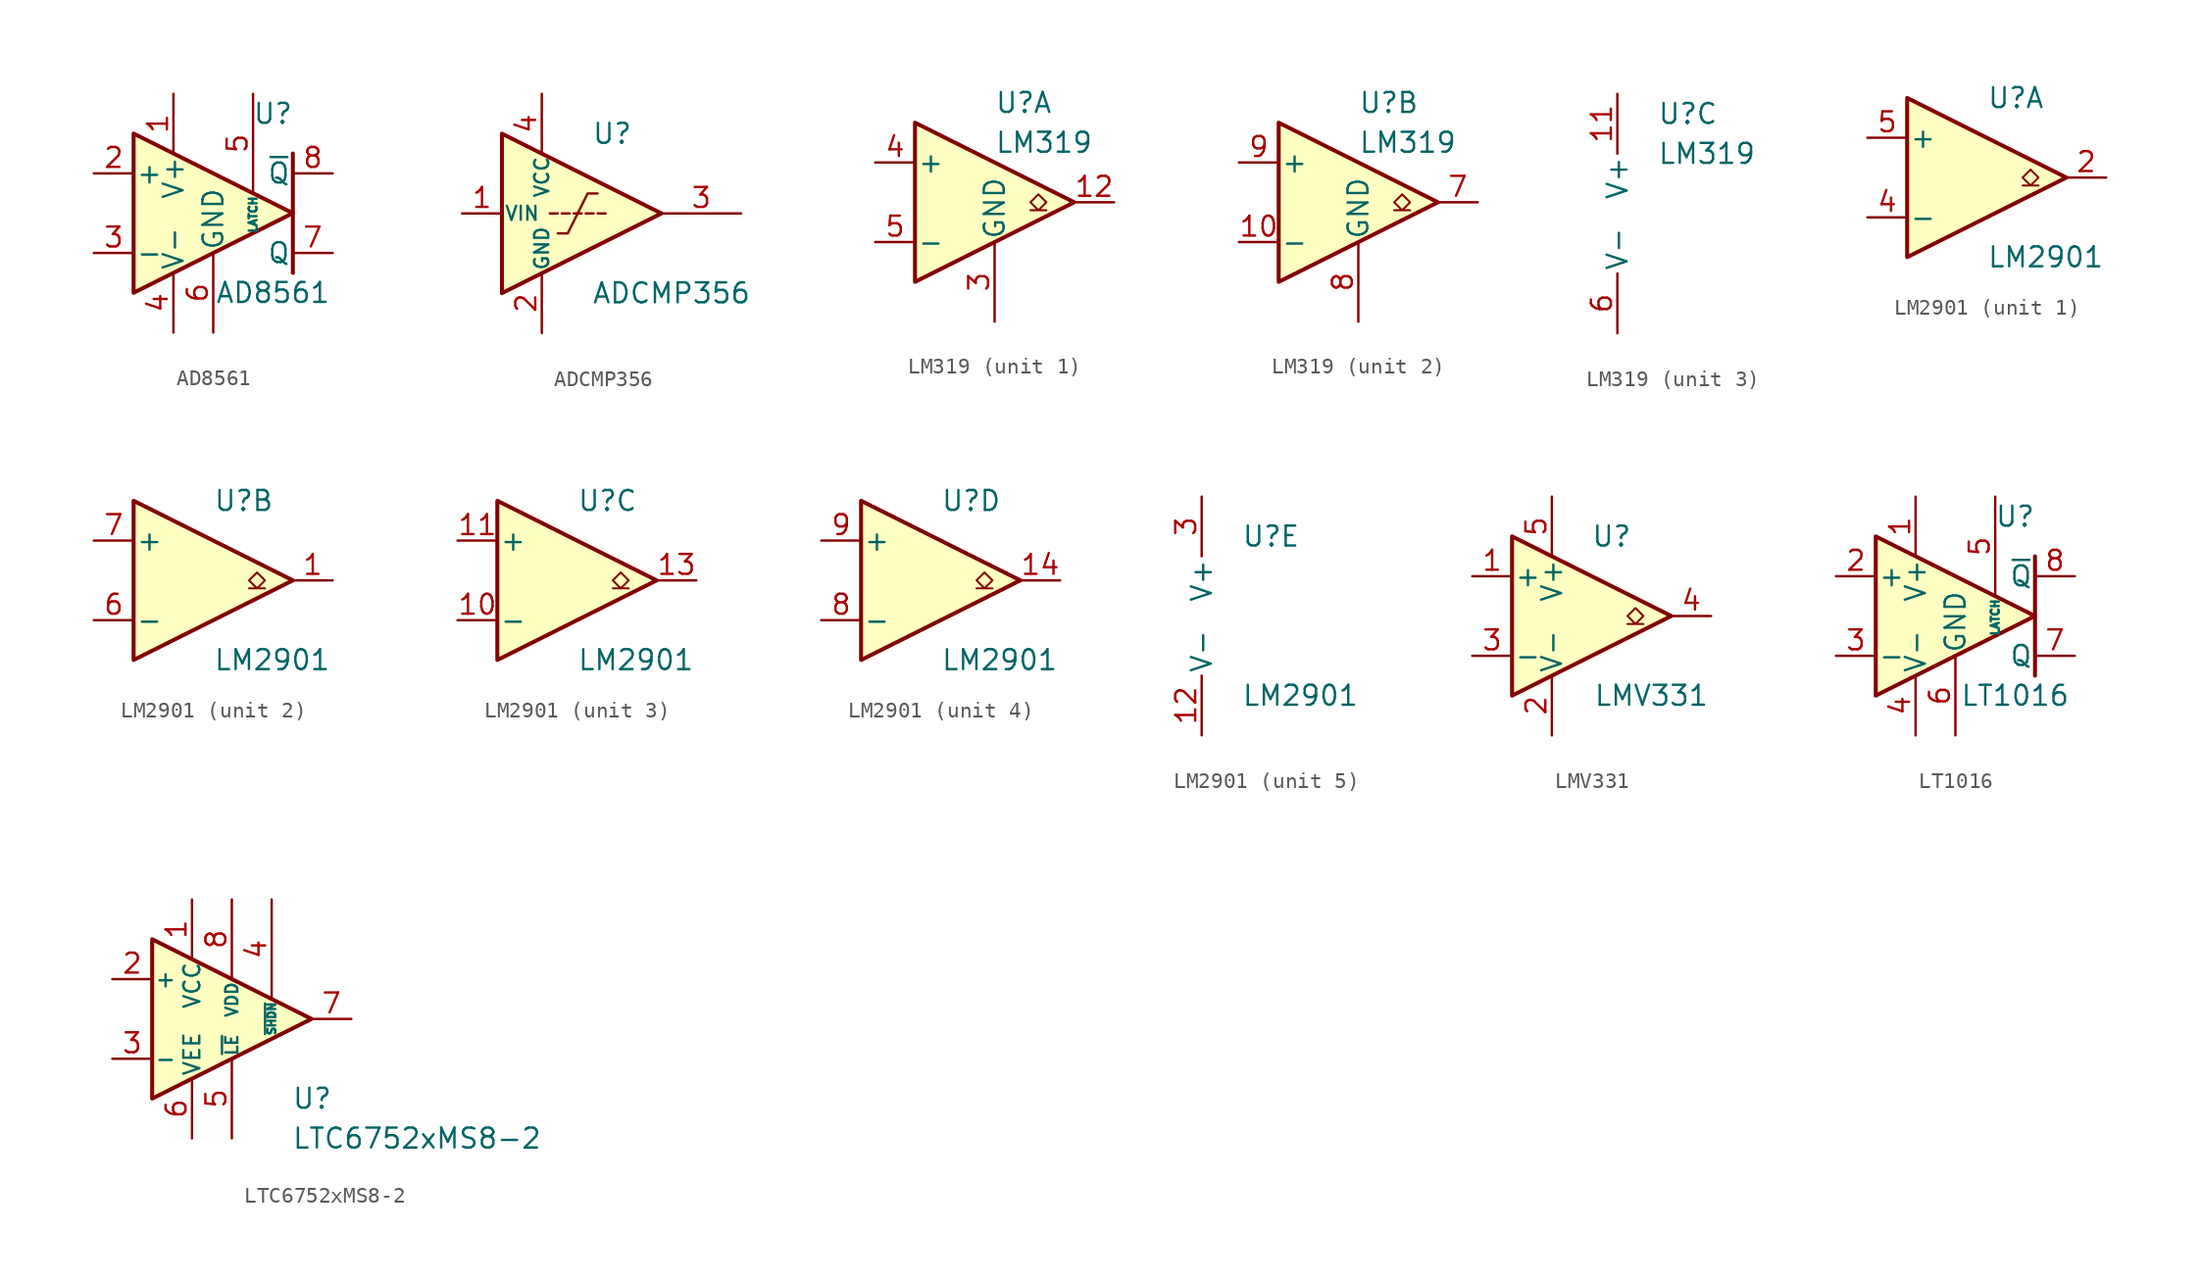
<source format=kicad_sym>
(kicad_symbol_lib
  (version 20211014)
  (generator kicad_symbol_editor)
  (symbol "AD8561"
    (pin_names
      (offset 0.127))
    (property "Reference" "U"
      (at 3.81 6.35 0)
      (effects (font (size 1.27 1.27))))
    (property "Value" "AD8561"
      (at 3.81 -5.08 0)
      (effects (font (size 1.27 1.27))))
    (symbol "AD8561_0_1"
      (polyline (pts (xy 5.08 3.81) (xy 5.08 -3.81)) (stroke (width 0.254) (type default) (color 0 0 0 0)) (fill (type none)))
      (polyline (pts (xy -5.08 5.08) (xy 5.08 0) (xy -5.08 -5.08) (xy -5.08 5.08)) (stroke (width 0.254) (type default) (color 0 0 0 0)) (fill (type background))))
    (symbol "AD8561_1_1"
      (pin power_in line (at -2.54 7.62 270) (length 3.81) (name "V+" (effects (font (size 1.27 1.27)))) (number "1" (effects (font (size 1.27 1.27)))))
      (pin input line (at -7.62 2.54 0) (length 2.54) (name "+" (effects (font (size 1.27 1.27)))) (number "2" (effects (font (size 1.27 1.27)))))
      (pin input line (at -7.62 -2.54 0) (length 2.54) (name "-" (effects (font (size 1.27 1.27)))) (number "3" (effects (font (size 1.27 1.27)))))
      (pin power_in line (at -2.54 -7.62 90) (length 3.81) (name "V-" (effects (font (size 1.27 1.27)))) (number "4" (effects (font (size 1.27 1.27)))))
      (pin input line (at 2.54 7.62 270) (length 6.35) (name "LATCH" (effects (font (size 0.508 0.508)))) (number "5" (effects (font (size 1.27 1.27)))))
      (pin power_in line (at 0 -7.62 90) (length 5.08) (name "GND" (effects (font (size 1.27 1.27)))) (number "6" (effects (font (size 1.27 1.27)))))
      (pin output line (at 7.62 -2.54 180) (length 2.54) (name "Q" (effects (font (size 1.27 1.27)))) (number "7" (effects (font (size 1.27 1.27)))))
      (pin output line (at 7.62 2.54 180) (length 2.54) (name "~{Q}" (effects (font (size 1.27 1.27)))) (number "8" (effects (font (size 1.27 1.27)))))))
  (symbol "ADCMP356"
    (pin_names
      (offset 0.127))
    (property "Reference" "U"
      (at 3.175 5.08 0)
      (effects (font (size 1.27 1.27)) (justify left)))
    (property "Value" "ADCMP356"
      (at 3.175 -5.08 0)
      (effects (font (size 1.27 1.27)) (justify left)))
    (symbol "ADCMP356_0_1"
      (polyline (pts (xy 1.016 0) (xy 0.508 0)) (stroke (width 0) (type default) (color 0 0 0 0)) (fill (type none)))
      (polyline (pts (xy 1.778 0) (xy 1.27 0)) (stroke (width 0) (type default) (color 0 0 0 0)) (fill (type none)))
      (polyline (pts (xy 2.032 0) (xy 2.54 0)) (stroke (width 0) (type default) (color 0 0 0 0)) (fill (type none)))
      (polyline (pts (xy 2.794 0) (xy 3.302 0)) (stroke (width 0) (type default) (color 0 0 0 0)) (fill (type none)))
      (polyline (pts (xy 3.556 0) (xy 4.064 0)) (stroke (width 0) (type default) (color 0 0 0 0)) (fill (type none)))
      (polyline (pts (xy -2.54 5.08) (xy 7.62 0) (xy -2.54 -5.08) (xy -2.54 5.08)) (stroke (width 0.254) (type default) (color 0 0 0 0)) (fill (type background)))
      (polyline (pts (xy 1.016 -1.27) (xy 1.651 -1.27) (xy 2.921 1.27) (xy 3.556 1.27)) (stroke (width 0) (type default) (color 0 0 0 0)) (fill (type none))))
    (symbol "ADCMP356_1_1"
      (pin input line (at -5.08 0 0) (length 2.54) (name "VIN" (effects (font (size 0.889 0.889)))) (number "1" (effects (font (size 1.27 1.27)))))
      (pin power_in line (at 0 -7.62 90) (length 3.81) (name "GND" (effects (font (size 0.889 0.889)))) (number "2" (effects (font (size 1.27 1.27)))))
      (pin output line (at 12.7 0 180) (length 5.08) (name "~" (effects (font (size 1.27 1.27)))) (number "3" (effects (font (size 1.27 1.27)))))
      (pin power_in line (at 0 7.62 270) (length 3.81) (name "VCC" (effects (font (size 0.889 0.889)))) (number "4" (effects (font (size 1.27 1.27)))))))
  (symbol "LM319"
    (pin_names
      (offset 0.127))
    (property "Reference" "U"
      (at 0 6.35 0)
      (effects (font (size 1.27 1.27)) (justify left)))
    (property "Value" "LM319"
      (at 0 3.81 0)
      (effects (font (size 1.27 1.27)) (justify left)))
    (property "ki_locked" ""
      (at 0 0 0)
      (effects (font (size 1.27 1.27))))
    (symbol "LM319_1_1"
      (polyline (pts (xy -5.08 5.08) (xy 5.08 0) (xy -5.08 -5.08) (xy -5.08 5.08) (xy -5.08 5.08)) (stroke (width 0.254) (type default) (color 0 0 0 0)) (fill (type background)))
      (polyline (pts (xy 2.286 -0.508) (xy 2.794 -0.508) (xy 2.286 0) (xy 2.794 0.508) (xy 3.302 0) (xy 2.794 -0.508) (xy 3.302 -0.508)) (stroke (width 0.127) (type default) (color 0 0 0 0)) (fill (type none)))
      (pin no_connect line (at 0 -2.54 90) (length 2.54) hide (name "NC" (effects (font (size 1.27 1.27)))) (number "1" (effects (font (size 1.27 1.27)))))
      (pin open_collector line (at 7.62 0 180) (length 2.54) (name "~" (effects (font (size 1.27 1.27)))) (number "12" (effects (font (size 1.27 1.27)))))
      (pin no_connect line (at 0 2.54 270) (length 2.54) hide (name "NC" (effects (font (size 1.27 1.27)))) (number "2" (effects (font (size 1.27 1.27)))))
      (pin passive line (at 0 -7.62 90) (length 5.08) (name "GND" (effects (font (size 1.27 1.27)))) (number "3" (effects (font (size 1.27 1.27)))))
      (pin input line (at -7.62 2.54 0) (length 2.54) (name "+" (effects (font (size 1.27 1.27)))) (number "4" (effects (font (size 1.27 1.27)))))
      (pin input line (at -7.62 -2.54 0) (length 2.54) (name "-" (effects (font (size 1.27 1.27)))) (number "5" (effects (font (size 1.27 1.27))))))
    (symbol "LM319_2_1"
      (polyline (pts (xy -5.08 5.08) (xy 5.08 0) (xy -5.08 -5.08) (xy -5.08 5.08) (xy -5.08 5.08)) (stroke (width 0.254) (type default) (color 0 0 0 0)) (fill (type background)))
      (polyline (pts (xy 3.302 -0.508) (xy 2.794 -0.508) (xy 3.302 0) (xy 2.794 0.508) (xy 2.286 0) (xy 2.794 -0.508) (xy 2.286 -0.508)) (stroke (width 0.127) (type default) (color 0 0 0 0)) (fill (type none)))
      (pin input line (at -7.62 -2.54 0) (length 2.54) (name "-" (effects (font (size 1.27 1.27)))) (number "10" (effects (font (size 1.27 1.27)))))
      (pin no_connect line (at 0 -2.54 90) (length 2.54) hide (name "NC" (effects (font (size 1.27 1.27)))) (number "13" (effects (font (size 1.27 1.27)))))
      (pin no_connect line (at 0 2.54 270) (length 2.54) hide (name "NC" (effects (font (size 1.27 1.27)))) (number "14" (effects (font (size 1.27 1.27)))))
      (pin open_collector line (at 7.62 0 180) (length 2.54) (name "~" (effects (font (size 1.27 1.27)))) (number "7" (effects (font (size 1.27 1.27)))))
      (pin passive line (at 0 -7.62 90) (length 5.08) (name "GND" (effects (font (size 1.27 1.27)))) (number "8" (effects (font (size 1.27 1.27)))))
      (pin input line (at -7.62 2.54 0) (length 2.54) (name "+" (effects (font (size 1.27 1.27)))) (number "9" (effects (font (size 1.27 1.27))))))
    (symbol "LM319_3_1"
      (pin power_in line (at -2.54 7.62 270) (length 3.81) (name "V+" (effects (font (size 1.27 1.27)))) (number "11" (effects (font (size 1.27 1.27)))))
      (pin power_in line (at -2.54 -7.62 90) (length 3.81) (name "V-" (effects (font (size 1.27 1.27)))) (number "6" (effects (font (size 1.27 1.27)))))))
  (symbol "LM2901"
    (pin_names
      (offset 0.127))
    (property "Reference" "U"
      (at 0 5.08 0)
      (effects (font (size 1.27 1.27)) (justify left)))
    (property "Value" "LM2901"
      (at 0 -5.08 0)
      (effects (font (size 1.27 1.27)) (justify left)))
    (property "ki_locked" ""
      (at 0 0 0)
      (effects (font (size 1.27 1.27))))
    (symbol "LM2901_1_1"
      (polyline (pts (xy -5.08 5.08) (xy 5.08 0) (xy -5.08 -5.08) (xy -5.08 5.08)) (stroke (width 0.254) (type default) (color 0 0 0 0)) (fill (type background)))
      (polyline (pts (xy 3.302 -0.508) (xy 2.794 -0.508) (xy 3.302 0) (xy 2.794 0.508) (xy 2.286 0) (xy 2.794 -0.508) (xy 2.286 -0.508)) (stroke (width 0.127) (type default) (color 0 0 0 0)) (fill (type none)))
      (pin open_collector line (at 7.62 0 180) (length 2.54) (name "~" (effects (font (size 1.27 1.27)))) (number "2" (effects (font (size 1.27 1.27)))))
      (pin input line (at -7.62 -2.54 0) (length 2.54) (name "-" (effects (font (size 1.27 1.27)))) (number "4" (effects (font (size 1.27 1.27)))))
      (pin input line (at -7.62 2.54 0) (length 2.54) (name "+" (effects (font (size 1.27 1.27)))) (number "5" (effects (font (size 1.27 1.27))))))
    (symbol "LM2901_2_1"
      (polyline (pts (xy -5.08 5.08) (xy 5.08 0) (xy -5.08 -5.08) (xy -5.08 5.08)) (stroke (width 0.254) (type default) (color 0 0 0 0)) (fill (type background)))
      (polyline (pts (xy 3.302 -0.508) (xy 2.794 -0.508) (xy 3.302 0) (xy 2.794 0.508) (xy 2.286 0) (xy 2.794 -0.508) (xy 2.286 -0.508)) (stroke (width 0.127) (type default) (color 0 0 0 0)) (fill (type none)))
      (pin open_collector line (at 7.62 0 180) (length 2.54) (name "~" (effects (font (size 1.27 1.27)))) (number "1" (effects (font (size 1.27 1.27)))))
      (pin input line (at -7.62 -2.54 0) (length 2.54) (name "-" (effects (font (size 1.27 1.27)))) (number "6" (effects (font (size 1.27 1.27)))))
      (pin input line (at -7.62 2.54 0) (length 2.54) (name "+" (effects (font (size 1.27 1.27)))) (number "7" (effects (font (size 1.27 1.27))))))
    (symbol "LM2901_3_1"
      (polyline (pts (xy -5.08 5.08) (xy 5.08 0) (xy -5.08 -5.08) (xy -5.08 5.08)) (stroke (width 0.254) (type default) (color 0 0 0 0)) (fill (type background)))
      (polyline (pts (xy 3.302 -0.508) (xy 2.794 -0.508) (xy 3.302 0) (xy 2.794 0.508) (xy 2.286 0) (xy 2.794 -0.508) (xy 2.286 -0.508)) (stroke (width 0.127) (type default) (color 0 0 0 0)) (fill (type none)))
      (pin input line (at -7.62 -2.54 0) (length 2.54) (name "-" (effects (font (size 1.27 1.27)))) (number "10" (effects (font (size 1.27 1.27)))))
      (pin input line (at -7.62 2.54 0) (length 2.54) (name "+" (effects (font (size 1.27 1.27)))) (number "11" (effects (font (size 1.27 1.27)))))
      (pin open_collector line (at 7.62 0 180) (length 2.54) (name "~" (effects (font (size 1.27 1.27)))) (number "13" (effects (font (size 1.27 1.27))))))
    (symbol "LM2901_4_1"
      (polyline (pts (xy -5.08 5.08) (xy 5.08 0) (xy -5.08 -5.08) (xy -5.08 5.08)) (stroke (width 0.254) (type default) (color 0 0 0 0)) (fill (type background)))
      (polyline (pts (xy 3.302 -0.508) (xy 2.794 -0.508) (xy 3.302 0) (xy 2.794 0.508) (xy 2.286 0) (xy 2.794 -0.508) (xy 2.286 -0.508)) (stroke (width 0.127) (type default) (color 0 0 0 0)) (fill (type none)))
      (pin open_collector line (at 7.62 0 180) (length 2.54) (name "~" (effects (font (size 1.27 1.27)))) (number "14" (effects (font (size 1.27 1.27)))))
      (pin input line (at -7.62 -2.54 0) (length 2.54) (name "-" (effects (font (size 1.27 1.27)))) (number "8" (effects (font (size 1.27 1.27)))))
      (pin input line (at -7.62 2.54 0) (length 2.54) (name "+" (effects (font (size 1.27 1.27)))) (number "9" (effects (font (size 1.27 1.27))))))
    (symbol "LM2901_5_1"
      (pin power_in line (at -2.54 -7.62 90) (length 3.81) (name "V-" (effects (font (size 1.27 1.27)))) (number "12" (effects (font (size 1.27 1.27)))))
      (pin power_in line (at -2.54 7.62 270) (length 3.81) (name "V+" (effects (font (size 1.27 1.27)))) (number "3" (effects (font (size 1.27 1.27)))))))
  (symbol "LMV331"
    (pin_names
      (offset 0.127))
    (property "Reference" "U"
      (at 1.27 5.08 0)
      (effects (font (size 1.27 1.27))))
    (property "Value" "LMV331"
      (at 3.81 -5.08 0)
      (effects (font (size 1.27 1.27))))
    (symbol "LMV331_0_1"
      (polyline (pts (xy -5.08 5.08) (xy 5.08 0) (xy -5.08 -5.08) (xy -5.08 5.08)) (stroke (width 0.254) (type default) (color 0 0 0 0)) (fill (type background)))
      (polyline (pts (xy 3.302 -0.508) (xy 2.794 -0.508) (xy 3.302 0) (xy 2.794 0.508) (xy 2.286 0) (xy 2.794 -0.508) (xy 2.286 -0.508)) (stroke (width 0.127) (type default) (color 0 0 0 0)) (fill (type none))))
    (symbol "LMV331_1_1"
      (pin input line (at -7.62 2.54 0) (length 2.54) (name "+" (effects (font (size 1.27 1.27)))) (number "1" (effects (font (size 1.27 1.27)))))
      (pin power_in line (at -2.54 -7.62 90) (length 3.81) (name "V-" (effects (font (size 1.27 1.27)))) (number "2" (effects (font (size 1.27 1.27)))))
      (pin input line (at -7.62 -2.54 0) (length 2.54) (name "-" (effects (font (size 1.27 1.27)))) (number "3" (effects (font (size 1.27 1.27)))))
      (pin open_collector line (at 7.62 0 180) (length 2.54) (name "~" (effects (font (size 1.27 1.27)))) (number "4" (effects (font (size 1.27 1.27)))))
      (pin power_in line (at -2.54 7.62 270) (length 3.81) (name "V+" (effects (font (size 1.27 1.27)))) (number "5" (effects (font (size 1.27 1.27)))))))
  (symbol "LT1016"
    (pin_names
      (offset 0.127))
    (property "Reference" "U"
      (at 3.81 6.35 0)
      (effects (font (size 1.27 1.27))))
    (property "Value" "LT1016"
      (at 3.81 -5.08 0)
      (effects (font (size 1.27 1.27))))
    (symbol "LT1016_0_1"
      (polyline (pts (xy 5.08 3.81) (xy 5.08 -3.81)) (stroke (width 0.254) (type default) (color 0 0 0 0)) (fill (type none)))
      (polyline (pts (xy -5.08 5.08) (xy 5.08 0) (xy -5.08 -5.08) (xy -5.08 5.08)) (stroke (width 0.254) (type default) (color 0 0 0 0)) (fill (type background))))
    (symbol "LT1016_1_1"
      (pin power_in line (at -2.54 7.62 270) (length 3.81) (name "V+" (effects (font (size 1.27 1.27)))) (number "1" (effects (font (size 1.27 1.27)))))
      (pin input line (at -7.62 2.54 0) (length 2.54) (name "+" (effects (font (size 1.27 1.27)))) (number "2" (effects (font (size 1.27 1.27)))))
      (pin input line (at -7.62 -2.54 0) (length 2.54) (name "-" (effects (font (size 1.27 1.27)))) (number "3" (effects (font (size 1.27 1.27)))))
      (pin power_in line (at -2.54 -7.62 90) (length 3.81) (name "V-" (effects (font (size 1.27 1.27)))) (number "4" (effects (font (size 1.27 1.27)))))
      (pin input line (at 2.54 7.62 270) (length 6.35) (name "LATCH" (effects (font (size 0.508 0.508)))) (number "5" (effects (font (size 1.27 1.27)))))
      (pin power_in line (at 0 -7.62 90) (length 5.08) (name "GND" (effects (font (size 1.27 1.27)))) (number "6" (effects (font (size 1.27 1.27)))))
      (pin output line (at 7.62 -2.54 180) (length 2.54) (name "Q" (effects (font (size 1.27 1.27)))) (number "7" (effects (font (size 1.27 1.27)))))
      (pin output line (at 7.62 2.54 180) (length 2.54) (name "~{Q}" (effects (font (size 1.27 1.27)))) (number "8" (effects (font (size 1.27 1.27)))))))
  (symbol "LTC6752xMS8-2"
    (pin_names
      (offset 0.127))
    (property "Reference" "U"
      (at 3.81 -5.08 0)
      (effects (font (size 1.27 1.27)) (justify left)))
    (property "Value" "LTC6752xMS8-2"
      (at 3.81 -7.62 0)
      (effects (font (size 1.27 1.27)) (justify left)))
    (symbol "LTC6752xMS8-2_1_1"
      (polyline (pts (xy -5.08 5.08) (xy 5.08 0) (xy -5.08 -5.08) (xy -5.08 5.08)) (stroke (width 0.254) (type default) (color 0 0 0 0)) (fill (type background)))
      (pin power_in line (at -2.54 7.62 270) (length 3.81) (name "VCC" (effects (font (size 1.016 1.016)))) (number "1" (effects (font (size 1.27 1.27)))))
      (pin input line (at -7.62 2.54 0) (length 2.54) (name "+" (effects (font (size 1.016 1.016)))) (number "2" (effects (font (size 1.27 1.27)))))
      (pin input line (at -7.62 -2.54 0) (length 2.54) (name "-" (effects (font (size 1.016 1.016)))) (number "3" (effects (font (size 1.27 1.27)))))
      (pin input line (at 2.54 7.62 270) (length 6.35) (name "~{SHDN}" (effects (font (size 0.508 0.508)))) (number "4" (effects (font (size 1.27 1.27)))))
      (pin input line (at 0 -7.62 90) (length 5.08) (name "~{LE}" (effects (font (size 0.762 0.762)))) (number "5" (effects (font (size 1.27 1.27)))))
      (pin power_in line (at -2.54 -7.62 90) (length 3.81) (name "VEE" (effects (font (size 1.016 1.016)))) (number "6" (effects (font (size 1.27 1.27)))))
      (pin output line (at 7.62 0 180) (length 2.54) (name "~" (effects (font (size 1.27 1.27)))) (number "7" (effects (font (size 1.27 1.27)))))
      (pin power_in line (at 0 7.62 270) (length 5.08) (name "VDD" (effects (font (size 0.762 0.762)))) (number "8" (effects (font (size 1.27 1.27))))))))
</source>
